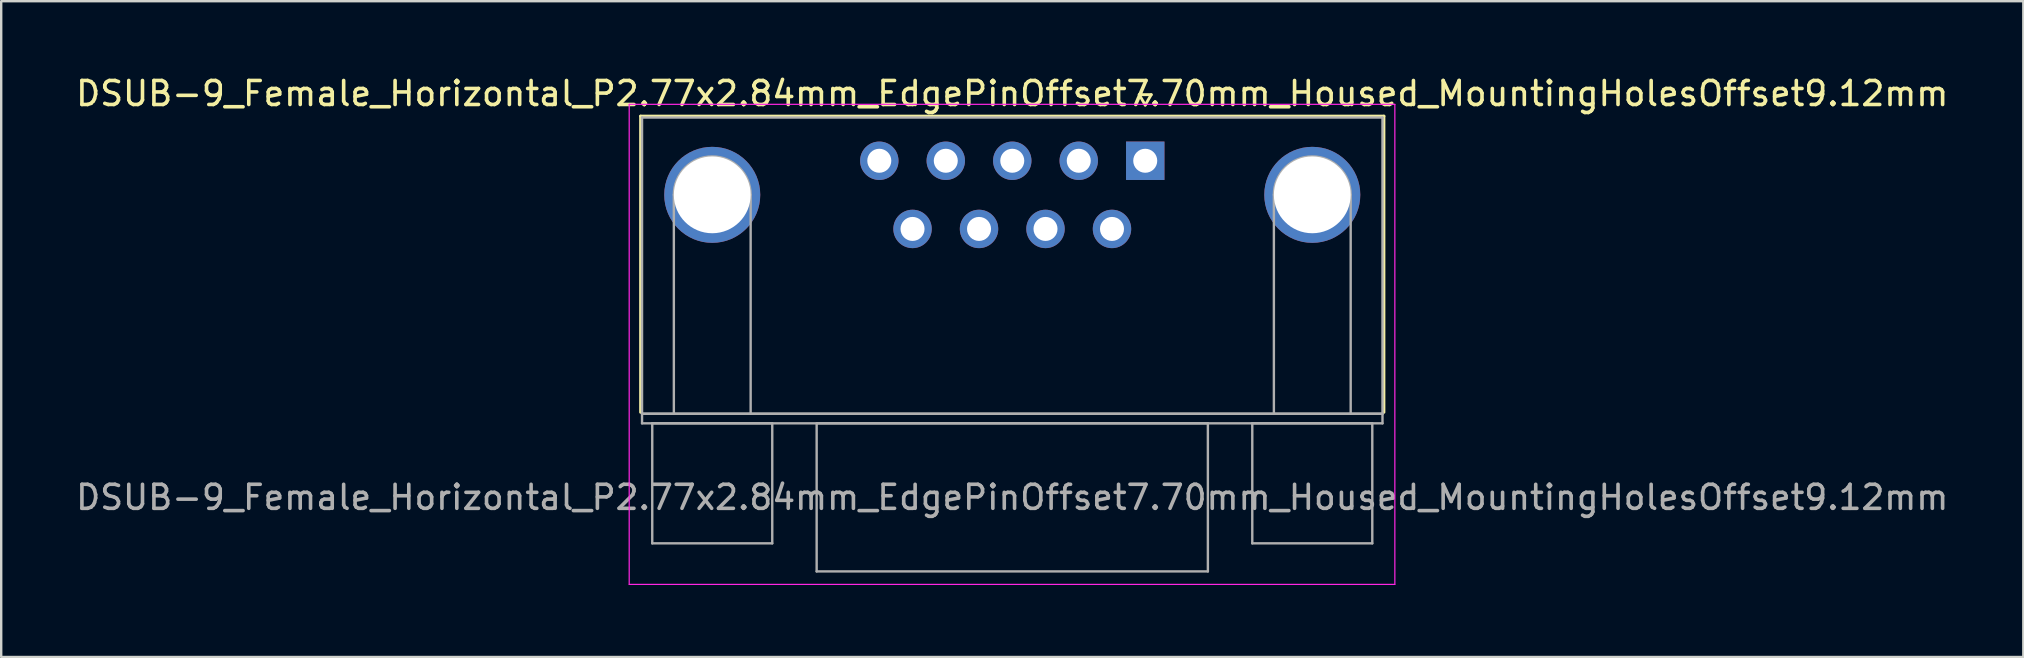
<source format=kicad_pcb>
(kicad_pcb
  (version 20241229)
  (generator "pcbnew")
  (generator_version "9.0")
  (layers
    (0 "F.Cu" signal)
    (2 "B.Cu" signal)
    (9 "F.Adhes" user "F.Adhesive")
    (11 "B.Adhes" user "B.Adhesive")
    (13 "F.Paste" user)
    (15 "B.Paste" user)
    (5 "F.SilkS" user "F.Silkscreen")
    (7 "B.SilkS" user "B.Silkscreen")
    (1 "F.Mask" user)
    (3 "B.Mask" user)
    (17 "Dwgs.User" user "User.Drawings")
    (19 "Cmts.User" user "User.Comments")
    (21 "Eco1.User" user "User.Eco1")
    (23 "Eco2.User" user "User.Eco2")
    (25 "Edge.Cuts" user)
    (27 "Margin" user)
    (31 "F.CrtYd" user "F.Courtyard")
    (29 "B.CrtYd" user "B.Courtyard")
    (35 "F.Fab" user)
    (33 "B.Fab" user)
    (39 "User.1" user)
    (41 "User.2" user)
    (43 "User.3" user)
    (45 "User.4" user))
  (footprint "DSUB-9_Female_Horizontal_P2.77x2.84mm_EdgePinOffset7.70mm_Housed_MountingHolesOffset9.12mm"
    (layer "F.Cu")
    (at 44.665 3.648)
    (property "Reference" "DSUB-9_Female_Horizontal_P2.77x2.84mm_EdgePinOffset7.70mm_Housed_MountingHolesOffset9.12mm" (at -5.54 -2.8 0) (layer "F.SilkS") (effects (font (size 1 1) (thickness 0.15))))
    (attr through_hole)
    (fp_line (start -21.025 -1.86) (end 9.945 -1.86) (stroke (width 0.12) (type solid)) (layer "F.SilkS"))
    (fp_line (start -21.025 10.48) (end -21.025 -1.86) (stroke (width 0.12) (type solid)) (layer "F.SilkS"))
    (fp_line (start -0.25 -2.754) (end 0.25 -2.754) (stroke (width 0.12) (type solid)) (layer "F.SilkS"))
    (fp_line (start 0 -2.321) (end -0.25 -2.754) (stroke (width 0.12) (type solid)) (layer "F.SilkS"))
    (fp_line (start 0.25 -2.754) (end 0 -2.321) (stroke (width 0.12) (type solid)) (layer "F.SilkS"))
    (fp_line (start 9.945 -1.86) (end 9.945 10.48) (stroke (width 0.12) (type solid)) (layer "F.SilkS"))
    (fp_line (start -21.5 -2.35) (end -21.5 17.65) (stroke (width 0.05) (type solid)) (layer "F.CrtYd"))
    (fp_line (start -21.5 17.65) (end 10.4 17.65) (stroke (width 0.05) (type solid)) (layer "F.CrtYd"))
    (fp_line (start 10.4 -2.35) (end -21.5 -2.35) (stroke (width 0.05) (type solid)) (layer "F.CrtYd"))
    (fp_line (start 10.4 17.65) (end 10.4 -2.35) (stroke (width 0.05) (type solid)) (layer "F.CrtYd"))
    (fp_line (start -20.965 -1.8) (end -20.965 10.54) (stroke (width 0.1) (type solid)) (layer "F.Fab"))
    (fp_line (start -20.965 10.54) (end -20.965 10.94) (stroke (width 0.1) (type solid)) (layer "F.Fab"))
    (fp_line (start -20.965 10.54) (end 9.885 10.54) (stroke (width 0.1) (type solid)) (layer "F.Fab"))
    (fp_line (start -20.965 10.94) (end 9.885 10.94) (stroke (width 0.1) (type solid)) (layer "F.Fab"))
    (fp_line (start -20.54 10.94) (end -20.54 15.94) (stroke (width 0.1) (type solid)) (layer "F.Fab"))
    (fp_line (start -20.54 15.94) (end -15.54 15.94) (stroke (width 0.1) (type solid)) (layer "F.Fab"))
    (fp_line (start -19.64 10.54) (end -19.64 1.42) (stroke (width 0.1) (type solid)) (layer "F.Fab"))
    (fp_line (start -16.44 10.54) (end -16.44 1.42) (stroke (width 0.1) (type solid)) (layer "F.Fab"))
    (fp_line (start -15.54 10.94) (end -20.54 10.94) (stroke (width 0.1) (type solid)) (layer "F.Fab"))
    (fp_line (start -15.54 15.94) (end -15.54 10.94) (stroke (width 0.1) (type solid)) (layer "F.Fab"))
    (fp_line (start -13.69 10.94) (end -13.69 17.11) (stroke (width 0.1) (type solid)) (layer "F.Fab"))
    (fp_line (start -13.69 17.11) (end 2.61 17.11) (stroke (width 0.1) (type solid)) (layer "F.Fab"))
    (fp_line (start 2.61 10.94) (end -13.69 10.94) (stroke (width 0.1) (type solid)) (layer "F.Fab"))
    (fp_line (start 2.61 17.11) (end 2.61 10.94) (stroke (width 0.1) (type solid)) (layer "F.Fab"))
    (fp_line (start 4.46 10.94) (end 4.46 15.94) (stroke (width 0.1) (type solid)) (layer "F.Fab"))
    (fp_line (start 4.46 15.94) (end 9.46 15.94) (stroke (width 0.1) (type solid)) (layer "F.Fab"))
    (fp_line (start 5.36 10.54) (end 5.36 1.42) (stroke (width 0.1) (type solid)) (layer "F.Fab"))
    (fp_line (start 8.56 10.54) (end 8.56 1.42) (stroke (width 0.1) (type solid)) (layer "F.Fab"))
    (fp_line (start 9.46 10.94) (end 4.46 10.94) (stroke (width 0.1) (type solid)) (layer "F.Fab"))
    (fp_line (start 9.46 15.94) (end 9.46 10.94) (stroke (width 0.1) (type solid)) (layer "F.Fab"))
    (fp_line (start 9.885 -1.8) (end -20.965 -1.8) (stroke (width 0.1) (type solid)) (layer "F.Fab"))
    (fp_line (start 9.885 10.54) (end -20.965 10.54) (stroke (width 0.1) (type solid)) (layer "F.Fab"))
    (fp_line (start 9.885 10.54) (end 9.885 -1.8) (stroke (width 0.1) (type solid)) (layer "F.Fab"))
    (fp_line (start 9.885 10.94) (end 9.885 10.54) (stroke (width 0.1) (type solid)) (layer "F.Fab"))
    (fp_arc (start -19.64 1.42) (mid -18.04 -0.18) (end -16.44 1.42) (stroke (width 0.1) (type solid)) (layer "F.Fab"))
    (fp_arc (start 5.36 1.42) (mid 6.96 -0.18) (end 8.56 1.42) (stroke (width 0.1) (type solid)) (layer "F.Fab"))
    (fp_text user "${REFERENCE}" (at -5.54 14.025 0) (layer "F.Fab") (effects (font (size 1 1) (thickness 0.15))))
    (pad "0" thru_hole circle (at -18.04 1.42) (size 4 4) (drill 3.2) (layers "*.Cu" "*.Mask"))
    (pad "0" thru_hole circle (at 6.96 1.42) (size 4 4) (drill 3.2) (layers "*.Cu" "*.Mask"))
    (pad "1" thru_hole rect (at 0 0) (size 1.6 1.6) (drill 1) (layers "*.Cu" "*.Mask"))
    (pad "2" thru_hole circle (at -2.77 0) (size 1.6 1.6) (drill 1) (layers "*.Cu" "*.Mask"))
    (pad "3" thru_hole circle (at -5.54 0) (size 1.6 1.6) (drill 1) (layers "*.Cu" "*.Mask"))
    (pad "4" thru_hole circle (at -8.31 0) (size 1.6 1.6) (drill 1) (layers "*.Cu" "*.Mask"))
    (pad "5" thru_hole circle (at -11.08 0) (size 1.6 1.6) (drill 1) (layers "*.Cu" "*.Mask"))
    (pad "6" thru_hole circle (at -1.385 2.84) (size 1.6 1.6) (drill 1) (layers "*.Cu" "*.Mask"))
    (pad "7" thru_hole circle (at -4.155 2.84) (size 1.6 1.6) (drill 1) (layers "*.Cu" "*.Mask"))
    (pad "8" thru_hole circle (at -6.925 2.84) (size 1.6 1.6) (drill 1) (layers "*.Cu" "*.Mask"))
    (pad "9" thru_hole circle (at -9.695 2.84) (size 1.6 1.6) (drill 1) (layers "*.Cu" "*.Mask")))
  (gr_rect
    (start -3 -3)
    (end 81.25 24.323)
    (stroke (width 0.1) (type default))
    (fill no)
    (layer "Edge.Cuts")))
</source>
